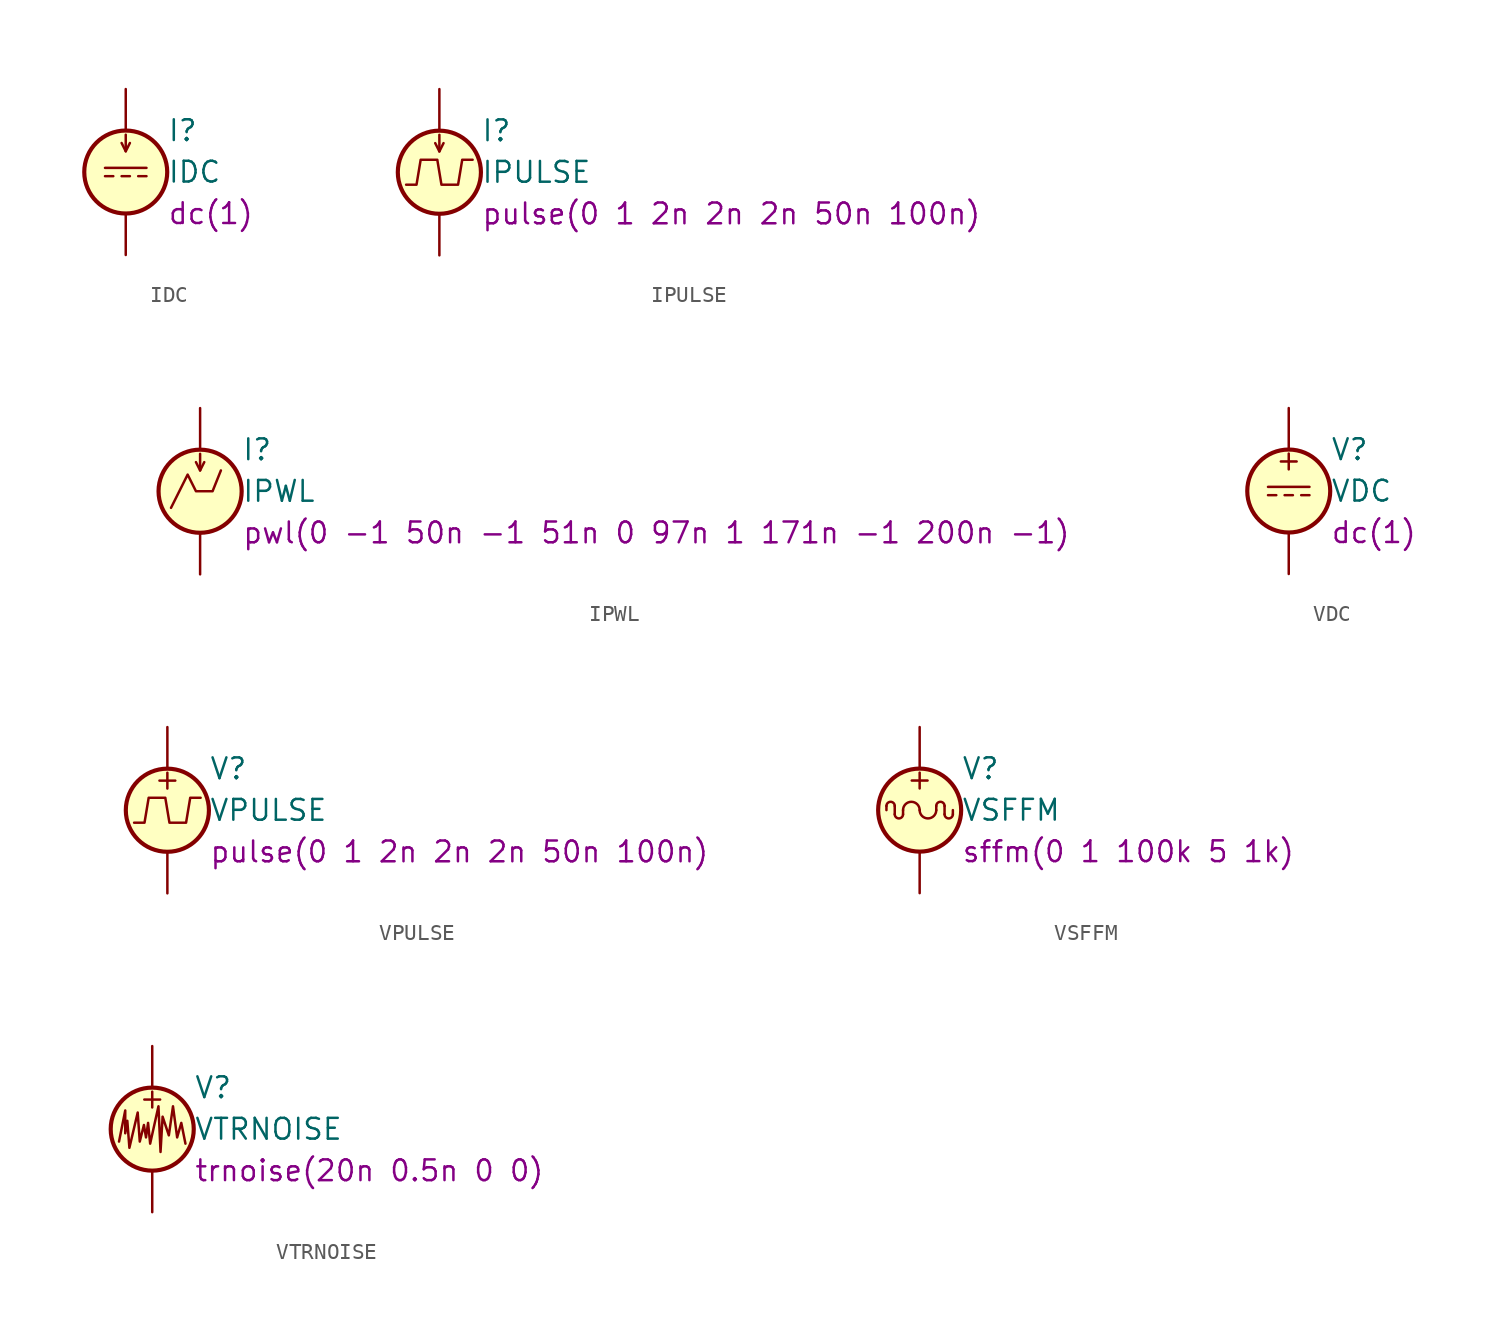
<source format=kicad_sym>
(kicad_symbol_lib
  (version 20200908)
  (generator kicad_symbol_editor)
  (symbol "Simulation_SPICE:IDC"
    (pin_numbers hide)
    (pin_names
      (offset 0.025))
    (property "Reference" "I"
      (at 2.54 2.54 0)
      (effects (font (size 1.27 1.27)) (justify left)))
    (property "Value" "IDC"
      (at 2.54 0 0)
      (effects (font (size 1.27 1.27)) (justify left)))
    (property "Spice_Model" "dc(1)"
      (at 2.54 -2.54 0)
      (effects (font (size 1.27 1.27)) (justify left)))
    (symbol "IDC_0_1"
      (circle (center 0 0) (radius 2.54) (stroke (width 0.254)) (fill (type background)))
      (polyline (pts (xy 0 1.27) (xy 0 2.286)) (stroke (width 0)) (fill (type none)))
      (polyline (pts (xy -0.254 1.778) (xy 0 1.27) (xy 0.254 1.778)) (stroke (width 0)) (fill (type none))))
    (symbol "IDC_0_0"
      (polyline (pts (xy -1.27 0.254) (xy 1.27 0.254)) (stroke (width 0)) (fill (type none)))
      (polyline (pts (xy -0.762 -0.254) (xy -1.27 -0.254)) (stroke (width 0)) (fill (type none)))
      (polyline (pts (xy 0.254 -0.254) (xy -0.254 -0.254)) (stroke (width 0)) (fill (type none)))
      (polyline (pts (xy 1.27 -0.254) (xy 0.762 -0.254)) (stroke (width 0)) (fill (type none))))
    (symbol "IDC_1_1"
      (pin passive line (at 0 5.08 270) (length 2.54) (name "~" (effects (font (size 1.27 1.27)))) (number "1" (effects (font (size 1.27 1.27)))))
      (pin passive line (at 0 -5.08 90) (length 2.54) (name "~" (effects (font (size 1.27 1.27)))) (number "2" (effects (font (size 1.27 1.27)))))))
  (symbol "Simulation_SPICE:IPULSE"
    (pin_numbers hide)
    (pin_names
      (offset 0.025))
    (property "Reference" "I"
      (at 2.54 2.54 0)
      (effects (font (size 1.27 1.27)) (justify left)))
    (property "Value" "IPULSE"
      (at 2.54 0 0)
      (effects (font (size 1.27 1.27)) (justify left)))
    (property "Spice_Model" "pulse(0 1 2n 2n 2n 50n 100n)"
      (at 2.54 -2.54 0)
      (effects (font (size 1.27 1.27)) (justify left)))
    (symbol "IPULSE_0_1"
      (circle (center 0 0) (radius 2.54) (stroke (width 0.254)) (fill (type background)))
      (polyline (pts (xy 0 1.27) (xy 0 2.286)) (stroke (width 0)) (fill (type none)))
      (polyline (pts (xy -0.254 1.778) (xy 0 1.27) (xy 0.254 1.778)) (stroke (width 0)) (fill (type none))))
    (symbol "IPULSE_0_0"
      (polyline (pts (xy -2.032 -0.762) (xy -1.397 -0.762) (xy -1.143 0.762) (xy -0.127 0.762) (xy 0.127 -0.762) (xy 1.143 -0.762) (xy 1.397 0.762) (xy 2.032 0.762)) (stroke (width 0)) (fill (type none))))
    (symbol "IPULSE_1_1"
      (pin passive line (at 0 5.08 270) (length 2.54) (name "~" (effects (font (size 1.27 1.27)))) (number "1" (effects (font (size 1.27 1.27)))))
      (pin passive line (at 0 -5.08 90) (length 2.54) (name "~" (effects (font (size 1.27 1.27)))) (number "2" (effects (font (size 1.27 1.27)))))))
  (symbol "Simulation_SPICE:IPWL"
    (pin_numbers hide)
    (pin_names
      (offset 0.025))
    (property "Reference" "I"
      (at 2.54 2.54 0)
      (effects (font (size 1.27 1.27)) (justify left)))
    (property "Value" "IPWL"
      (at 2.54 0 0)
      (effects (font (size 1.27 1.27)) (justify left)))
    (property "Spice_Model" "pwl(0 -1 50n -1 51n 0 97n 1 171n -1 200n -1)"
      (at 2.54 -2.54 0)
      (effects (font (size 1.27 1.27)) (justify left)))
    (symbol "IPWL_0_1"
      (circle (center 0 0) (radius 2.54) (stroke (width 0.254)) (fill (type background)))
      (polyline (pts (xy 0 1.27) (xy 0 2.286)) (stroke (width 0)) (fill (type none)))
      (polyline (pts (xy -0.254 1.778) (xy 0 1.27) (xy 0.254 1.778)) (stroke (width 0)) (fill (type none))))
    (symbol "IPWL_0_0"
      (polyline (pts (xy -1.778 -1.016) (xy -0.762 1.016) (xy -0.254 0) (xy 0.762 0) (xy 1.27 1.27)) (stroke (width 0)) (fill (type none))))
    (symbol "IPWL_1_1"
      (pin passive line (at 0 5.08 270) (length 2.54) (name "~" (effects (font (size 1.27 1.27)))) (number "1" (effects (font (size 1.27 1.27)))))
      (pin passive line (at 0 -5.08 90) (length 2.54) (name "~" (effects (font (size 1.27 1.27)))) (number "2" (effects (font (size 1.27 1.27)))))))
  (symbol "Simulation_SPICE:VDC"
    (pin_numbers hide)
    (pin_names
      (offset 0.025))
    (property "Reference" "V"
      (at 2.54 2.54 0)
      (effects (font (size 1.27 1.27)) (justify left)))
    (property "Value" "VDC"
      (at 2.54 0 0)
      (effects (font (size 1.27 1.27)) (justify left)))
    (property "Spice_Model" "dc(1)"
      (at 2.54 -2.54 0)
      (effects (font (size 1.27 1.27)) (justify left)))
    (symbol "VDC_0_1"
      (circle (center 0 0) (radius 2.54) (stroke (width 0.254)) (fill (type background))))
    (symbol "VDC_0_0"
      (text "+" (at 0 1.905 0) (effects (font (size 1.27 1.27))))
      (polyline (pts (xy -1.27 0.254) (xy 1.27 0.254)) (stroke (width 0)) (fill (type none)))
      (polyline (pts (xy -0.762 -0.254) (xy -1.27 -0.254)) (stroke (width 0)) (fill (type none)))
      (polyline (pts (xy 0.254 -0.254) (xy -0.254 -0.254)) (stroke (width 0)) (fill (type none)))
      (polyline (pts (xy 1.27 -0.254) (xy 0.762 -0.254)) (stroke (width 0)) (fill (type none))))
    (symbol "VDC_1_1"
      (pin passive line (at 0 5.08 270) (length 2.54) (name "~" (effects (font (size 1.27 1.27)))) (number "1" (effects (font (size 1.27 1.27)))))
      (pin passive line (at 0 -5.08 90) (length 2.54) (name "~" (effects (font (size 1.27 1.27)))) (number "2" (effects (font (size 1.27 1.27)))))))
  (symbol "Simulation_SPICE:VPULSE"
    (pin_numbers hide)
    (pin_names
      (offset 0.025))
    (property "Reference" "V"
      (at 2.54 2.54 0)
      (effects (font (size 1.27 1.27)) (justify left)))
    (property "Value" "VPULSE"
      (at 2.54 0 0)
      (effects (font (size 1.27 1.27)) (justify left)))
    (property "Spice_Model" "pulse(0 1 2n 2n 2n 50n 100n)"
      (at 2.54 -2.54 0)
      (effects (font (size 1.27 1.27)) (justify left)))
    (symbol "VPULSE_0_1"
      (circle (center 0 0) (radius 2.54) (stroke (width 0.254)) (fill (type background))))
    (symbol "VPULSE_0_0"
      (text "+" (at 0 1.905 0) (effects (font (size 1.27 1.27))))
      (polyline (pts (xy -2.032 -0.762) (xy -1.397 -0.762) (xy -1.143 0.762) (xy -0.127 0.762) (xy 0.127 -0.762) (xy 1.143 -0.762) (xy 1.397 0.762) (xy 2.032 0.762)) (stroke (width 0)) (fill (type none))))
    (symbol "VPULSE_1_1"
      (pin passive line (at 0 5.08 270) (length 2.54) (name "~" (effects (font (size 1.27 1.27)))) (number "1" (effects (font (size 1.27 1.27)))))
      (pin passive line (at 0 -5.08 90) (length 2.54) (name "~" (effects (font (size 1.27 1.27)))) (number "2" (effects (font (size 1.27 1.27)))))))
  (symbol "Simulation_SPICE:VSFFM"
    (pin_numbers hide)
    (pin_names
      (offset 0.025))
    (property "Reference" "V"
      (at 2.54 2.54 0)
      (effects (font (size 1.27 1.27)) (justify left)))
    (property "Value" "VSFFM"
      (at 2.54 0 0)
      (effects (font (size 1.27 1.27)) (justify left)))
    (property "Spice_Model" "sffm(0 1 100k 5 1k)"
      (at 2.54 -2.54 0)
      (effects (font (size 1.27 1.27)) (justify left)))
    (symbol "VSFFM_0_1"
      (arc (start -1.524 0.254) (end -2.032 0.254) (radius (at -1.778 0.254) (length 0.254) (angles 0.1 180)) (stroke (width 0)) (fill (type none)))
      (arc (start -1.524 -0.254) (end -1.016 -0.254) (radius (at -1.27 -0.254) (length 0.254) (angles 180 -0.1)) (stroke (width 0)) (fill (type none)))
      (arc (start 0 0) (end -1.016 0) (radius (at -0.508 0) (length 0.508) (angles 0.1 180)) (stroke (width 0)) (fill (type none)))
      (arc (start 0 0) (end 1.016 0) (radius (at 0.508 0) (length 0.508) (angles 180 -0.1)) (stroke (width 0)) (fill (type none)))
      (arc (start 1.524 0.254) (end 1.016 0.254) (radius (at 1.27 0.254) (length 0.254) (angles 0.1 180)) (stroke (width 0)) (fill (type none)))
      (arc (start 1.524 -0.254) (end 2.032 -0.254) (radius (at 1.778 -0.254) (length 0.254) (angles 180 -0.1)) (stroke (width 0)) (fill (type none)))
      (circle (center 0 0) (radius 2.54) (stroke (width 0.254)) (fill (type background)))
      (polyline (pts (xy -2.032 0.254) (xy -2.032 0)) (stroke (width 0)) (fill (type none)))
      (polyline (pts (xy -1.524 -0.254) (xy -1.524 0.254)) (stroke (width 0)) (fill (type none)))
      (polyline (pts (xy -1.016 0) (xy -1.016 -0.254)) (stroke (width 0)) (fill (type none)))
      (polyline (pts (xy 1.016 0.254) (xy 1.016 0)) (stroke (width 0)) (fill (type none)))
      (polyline (pts (xy 1.524 0.254) (xy 1.524 -0.254)) (stroke (width 0)) (fill (type none)))
      (polyline (pts (xy 2.032 -0.254) (xy 2.032 0)) (stroke (width 0)) (fill (type none))))
    (symbol "VSFFM_0_0"
      (text "+" (at 0 1.905 0) (effects (font (size 1.27 1.27)))))
    (symbol "VSFFM_1_1"
      (pin passive line (at 0 5.08 270) (length 2.54) (name "~" (effects (font (size 1.27 1.27)))) (number "1" (effects (font (size 1.27 1.27)))))
      (pin passive line (at 0 -5.08 90) (length 2.54) (name "~" (effects (font (size 1.27 1.27)))) (number "2" (effects (font (size 1.27 1.27)))))))
  (symbol "Simulation_SPICE:VTRNOISE"
    (pin_numbers hide)
    (pin_names
      (offset 0.025))
    (property "Reference" "V"
      (at 2.54 2.54 0)
      (effects (font (size 1.27 1.27)) (justify left)))
    (property "Value" "VTRNOISE"
      (at 2.54 0 0)
      (effects (font (size 1.27 1.27)) (justify left)))
    (property "Spice_Model" "trnoise(20n 0.5n 0 0)"
      (at 2.54 -2.54 0)
      (effects (font (size 1.27 1.27)) (justify left)))
    (symbol "VTRNOISE_0_1"
      (circle (center 0 0) (radius 2.54) (stroke (width 0.254)) (fill (type background)))
      (polyline (pts (xy -2.032 -0.762) (xy -1.651 1.143) (xy -1.651 -0.254) (xy -1.524 0.508) (xy -1.397 -1.143) (xy -0.889 1.016) (xy -0.762 -0.762) (xy -0.508 0.254) (xy -0.381 -0.508) (xy -0.254 0.381) (xy -0.127 -0.889) (xy 0.381 1.397) (xy 0.508 -1.397) (xy 0.635 0.762) (xy 1.016 -0.381) (xy 1.27 1.397) (xy 1.524 -0.508) (xy 1.778 0.381) (xy 2.032 -0.889)) (stroke (width 0)) (fill (type none))))
    (symbol "VTRNOISE_0_0"
      (text "+" (at 0 1.905 0) (effects (font (size 1.27 1.27)))))
    (symbol "VTRNOISE_1_1"
      (pin passive line (at 0 5.08 270) (length 2.54) (name "~" (effects (font (size 1.27 1.27)))) (number "1" (effects (font (size 1.27 1.27)))))
      (pin passive line (at 0 -5.08 90) (length 2.54) (name "~" (effects (font (size 1.27 1.27)))) (number "2" (effects (font (size 1.27 1.27))))))))
</source>
